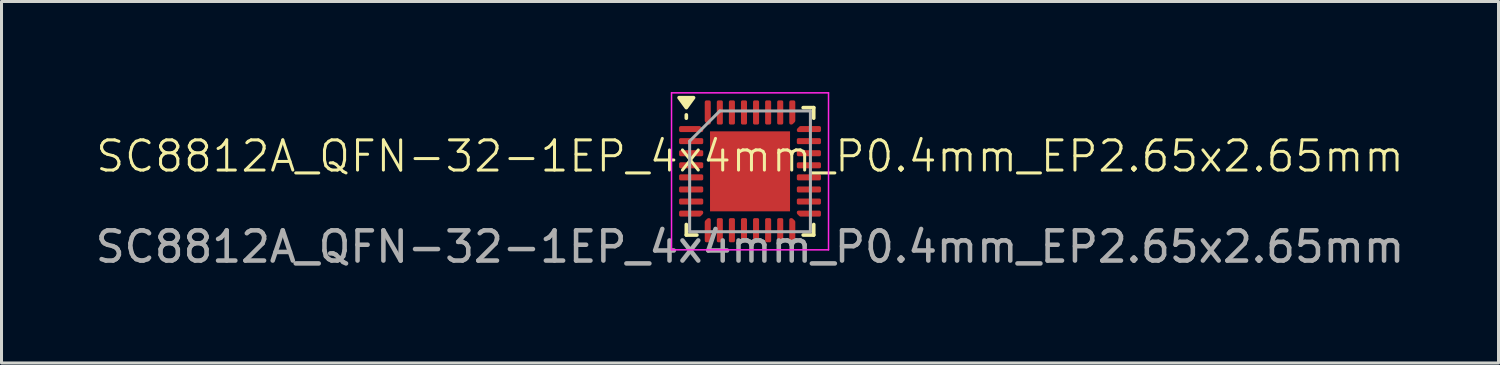
<source format=kicad_pcb>
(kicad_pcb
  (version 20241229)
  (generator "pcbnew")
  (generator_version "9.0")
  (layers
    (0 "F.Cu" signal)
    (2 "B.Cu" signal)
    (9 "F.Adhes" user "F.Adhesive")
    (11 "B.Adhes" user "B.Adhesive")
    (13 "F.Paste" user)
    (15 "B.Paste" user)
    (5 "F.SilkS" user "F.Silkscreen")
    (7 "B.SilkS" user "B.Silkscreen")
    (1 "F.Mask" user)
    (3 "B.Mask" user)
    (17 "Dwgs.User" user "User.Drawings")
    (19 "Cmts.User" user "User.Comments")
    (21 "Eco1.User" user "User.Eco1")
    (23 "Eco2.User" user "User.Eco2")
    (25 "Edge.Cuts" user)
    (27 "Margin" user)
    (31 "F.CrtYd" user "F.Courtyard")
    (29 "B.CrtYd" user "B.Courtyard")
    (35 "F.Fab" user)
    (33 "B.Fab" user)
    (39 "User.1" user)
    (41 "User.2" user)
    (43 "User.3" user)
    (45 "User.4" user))
  (footprint "SC8812A_QFN-32-1EP_4x4mm_P0.4mm_EP2.65x2.65mm"
    (layer "F.Cu")
    (at 21.792 2.625)
    (property "Reference" "SC8812A_QFN-32-1EP_4x4mm_P0.4mm_EP2.65x2.65mm" (at 0 -0.5 0) (unlocked yes) (layer "F.SilkS") (effects (font (size 1 1) (thickness 0.1))))
    (attr smd)
    (fp_line (start -2.11 -1.76) (end -2.11 -1.87) (stroke (width 0.12) (type solid)) (layer "F.SilkS"))
    (fp_line (start -2.11 2.11) (end -2.11 1.76) (stroke (width 0.12) (type solid)) (layer "F.SilkS"))
    (fp_line (start -1.76 2.11) (end -2.11 2.11) (stroke (width 0.12) (type solid)) (layer "F.SilkS"))
    (fp_line (start 1.76 -2.11) (end 2.11 -2.11) (stroke (width 0.12) (type solid)) (layer "F.SilkS"))
    (fp_line (start 1.76 2.11) (end 2.11 2.11) (stroke (width 0.12) (type solid)) (layer "F.SilkS"))
    (fp_line (start 2.11 -2.11) (end 2.11 -1.76) (stroke (width 0.12) (type solid)) (layer "F.SilkS"))
    (fp_line (start 2.11 2.11) (end 2.11 1.76) (stroke (width 0.12) (type solid)) (layer "F.SilkS"))
    (fp_poly (pts (xy -2.11 -2.11) (xy -2.35 -2.44) (xy -1.87 -2.44) (xy -2.11 -2.11)) (stroke (width 0.12) (type solid)) (fill yes) (layer "F.SilkS"))
    (fp_line (start -2.6 -2.6) (end -2.6 2.6) (stroke (width 0.05) (type solid)) (layer "F.CrtYd"))
    (fp_line (start -2.6 2.6) (end 2.6 2.6) (stroke (width 0.05) (type solid)) (layer "F.CrtYd"))
    (fp_line (start 2.6 -2.6) (end -2.6 -2.6) (stroke (width 0.05) (type solid)) (layer "F.CrtYd"))
    (fp_line (start 2.6 2.6) (end 2.6 -2.6) (stroke (width 0.05) (type solid)) (layer "F.CrtYd"))
    (fp_line (start -2 -1) (end -1 -2) (stroke (width 0.1) (type solid)) (layer "F.Fab"))
    (fp_line (start -2 2) (end -2 -1) (stroke (width 0.1) (type solid)) (layer "F.Fab"))
    (fp_line (start -1 -2) (end 2 -2) (stroke (width 0.1) (type solid)) (layer "F.Fab"))
    (fp_line (start 2 -2) (end 2 2) (stroke (width 0.1) (type solid)) (layer "F.Fab"))
    (fp_line (start 2 2) (end -2 2) (stroke (width 0.1) (type solid)) (layer "F.Fab"))
    (fp_text user "${REFERENCE}" (at 0 2.5 0) (unlocked yes) (layer "F.Fab") (effects (font (size 1 1) (thickness 0.15))))
    (pad "" smd roundrect (at -0.66 -0.66) (size 1.07 1.07) (layers "F.Paste") (roundrect_rratio 0.234))
    (pad "" smd roundrect (at -0.66 0.66) (size 1.07 1.07) (layers "F.Paste") (roundrect_rratio 0.234))
    (pad "" smd roundrect (at 0.66 -0.66) (size 1.07 1.07) (layers "F.Paste") (roundrect_rratio 0.234))
    (pad "" smd roundrect (at 0.66 0.66) (size 1.07 1.07) (layers "F.Paste") (roundrect_rratio 0.234))
    (pad "1" smd custom (at -1.95 -1.4) (size 0.129 0.129) (layers "F.Cu" "F.Mask" "F.Paste") (options (anchor circle)) (primitives (gr_poly (pts (xy -0.35 -0.05) (xy 0.279 -0.05) (xy 0.35 0.021) (xy 0.35 0.05) (xy -0.35 0.05)) (width 0.1) (fill yes))))
    (pad "2" smd roundrect (at -1.95 -1) (size 0.8 0.2) (layers "F.Cu" "F.Mask" "F.Paste") (roundrect_rratio 0.25))
    (pad "3" smd roundrect (at -1.95 -0.6) (size 0.8 0.2) (layers "F.Cu" "F.Mask" "F.Paste") (roundrect_rratio 0.25))
    (pad "4" smd roundrect (at -1.95 -0.2) (size 0.8 0.2) (layers "F.Cu" "F.Mask" "F.Paste") (roundrect_rratio 0.25))
    (pad "5" smd roundrect (at -1.95 0.2) (size 0.8 0.2) (layers "F.Cu" "F.Mask" "F.Paste") (roundrect_rratio 0.25))
    (pad "6" smd roundrect (at -1.95 0.6) (size 0.8 0.2) (layers "F.Cu" "F.Mask" "F.Paste") (roundrect_rratio 0.25))
    (pad "7" smd roundrect (at -1.95 1) (size 0.8 0.2) (layers "F.Cu" "F.Mask" "F.Paste") (roundrect_rratio 0.25))
    (pad "8" smd custom (at -1.95 1.4) (size 0.129 0.129) (layers "F.Cu" "F.Mask" "F.Paste") (options (anchor circle)) (primitives (gr_poly (pts (xy -0.35 -0.05) (xy 0.35 -0.05) (xy 0.35 -0.021) (xy 0.279 0.05) (xy -0.35 0.05)) (width 0.1) (fill yes))))
    (pad "9" smd custom (at -1.4 1.95) (size 0.129 0.129) (layers "F.Cu" "F.Mask" "F.Paste") (options (anchor circle)) (primitives (gr_poly (pts (xy -0.05 -0.279) (xy 0.021 -0.35) (xy 0.05 -0.35) (xy 0.05 0.35) (xy -0.05 0.35)) (width 0.1) (fill yes))))
    (pad "10" smd roundrect (at -1 1.95) (size 0.2 0.8) (layers "F.Cu" "F.Mask" "F.Paste") (roundrect_rratio 0.25))
    (pad "11" smd roundrect (at -0.6 1.95) (size 0.2 0.8) (layers "F.Cu" "F.Mask" "F.Paste") (roundrect_rratio 0.25))
    (pad "12" smd roundrect (at -0.2 1.95) (size 0.2 0.8) (layers "F.Cu" "F.Mask" "F.Paste") (roundrect_rratio 0.25))
    (pad "13" smd roundrect (at 0.2 1.95) (size 0.2 0.8) (layers "F.Cu" "F.Mask" "F.Paste") (roundrect_rratio 0.25))
    (pad "14" smd roundrect (at 0.6 1.95) (size 0.2 0.8) (layers "F.Cu" "F.Mask" "F.Paste") (roundrect_rratio 0.25))
    (pad "15" smd roundrect (at 1 1.95) (size 0.2 0.8) (layers "F.Cu" "F.Mask" "F.Paste") (roundrect_rratio 0.25))
    (pad "16" smd custom (at 1.4 1.95) (size 0.129 0.129) (layers "F.Cu" "F.Mask" "F.Paste") (options (anchor circle)) (primitives (gr_poly (pts (xy -0.05 -0.35) (xy -0.021 -0.35) (xy 0.05 -0.279) (xy 0.05 0.35) (xy -0.05 0.35)) (width 0.1) (fill yes))))
    (pad "17" smd custom (at 1.95 1.4) (size 0.129 0.129) (layers "F.Cu" "F.Mask" "F.Paste") (options (anchor circle)) (primitives (gr_poly (pts (xy -0.35 -0.05) (xy 0.35 -0.05) (xy 0.35 0.05) (xy -0.279 0.05) (xy -0.35 -0.021)) (width 0.1) (fill yes))))
    (pad "18" smd roundrect (at 1.95 1) (size 0.8 0.2) (layers "F.Cu" "F.Mask" "F.Paste") (roundrect_rratio 0.25))
    (pad "19" smd roundrect (at 1.95 0.6) (size 0.8 0.2) (layers "F.Cu" "F.Mask" "F.Paste") (roundrect_rratio 0.25))
    (pad "20" smd roundrect (at 1.95 0.2) (size 0.8 0.2) (layers "F.Cu" "F.Mask" "F.Paste") (roundrect_rratio 0.25))
    (pad "21" smd roundrect (at 1.95 -0.2) (size 0.8 0.2) (layers "F.Cu" "F.Mask" "F.Paste") (roundrect_rratio 0.25))
    (pad "22" smd roundrect (at 1.95 -0.6) (size 0.8 0.2) (layers "F.Cu" "F.Mask" "F.Paste") (roundrect_rratio 0.25))
    (pad "23" smd roundrect (at 1.95 -1) (size 0.8 0.2) (layers "F.Cu" "F.Mask" "F.Paste") (roundrect_rratio 0.25))
    (pad "24" smd custom (at 1.95 -1.4) (size 0.129 0.129) (layers "F.Cu" "F.Mask" "F.Paste") (options (anchor circle)) (primitives (gr_poly (pts (xy -0.35 0.021) (xy -0.279 -0.05) (xy 0.35 -0.05) (xy 0.35 0.05) (xy -0.35 0.05)) (width 0.1) (fill yes))))
    (pad "25" smd custom (at 1.4 -1.95) (size 0.129 0.129) (layers "F.Cu" "F.Mask" "F.Paste") (options (anchor circle)) (primitives (gr_poly (pts (xy -0.05 -0.35) (xy 0.05 -0.35) (xy 0.05 0.279) (xy -0.021 0.35) (xy -0.05 0.35)) (width 0.1) (fill yes))))
    (pad "26" smd roundrect (at 1 -1.95) (size 0.2 0.8) (layers "F.Cu" "F.Mask" "F.Paste") (roundrect_rratio 0.25))
    (pad "27" smd roundrect (at 0.6 -1.95) (size 0.2 0.8) (layers "F.Cu" "F.Mask" "F.Paste") (roundrect_rratio 0.25))
    (pad "28" smd roundrect (at 0.2 -1.95) (size 0.2 0.8) (layers "F.Cu" "F.Mask" "F.Paste") (roundrect_rratio 0.25))
    (pad "29" smd roundrect (at -0.2 -1.95) (size 0.2 0.8) (layers "F.Cu" "F.Mask" "F.Paste") (roundrect_rratio 0.25))
    (pad "30" smd roundrect (at -0.6 -1.95) (size 0.2 0.8) (layers "F.Cu" "F.Mask" "F.Paste") (roundrect_rratio 0.25))
    (pad "31" smd roundrect (at -1 -1.95) (size 0.2 0.8) (layers "F.Cu" "F.Mask" "F.Paste") (roundrect_rratio 0.25))
    (pad "32" smd custom (at -1.4 -1.95) (size 0.129 0.129) (layers "F.Cu" "F.Mask" "F.Paste") (options (anchor circle)) (primitives (gr_poly (pts (xy -0.05 -0.35) (xy 0.05 -0.35) (xy 0.05 0.35) (xy 0.021 0.35) (xy -0.05 0.279)) (width 0.1) (fill yes))))
    (pad "33" smd rect (at 0 0) (size 2.65 2.65) (property pad_prop_heatsink) (layers "F.Cu" "F.Mask")))
  (gr_rect
    (start -3 -3)
    (end 46.583 8.973)
    (stroke (width 0.1) (type default))
    (fill no)
    (layer "Edge.Cuts")))
</source>
